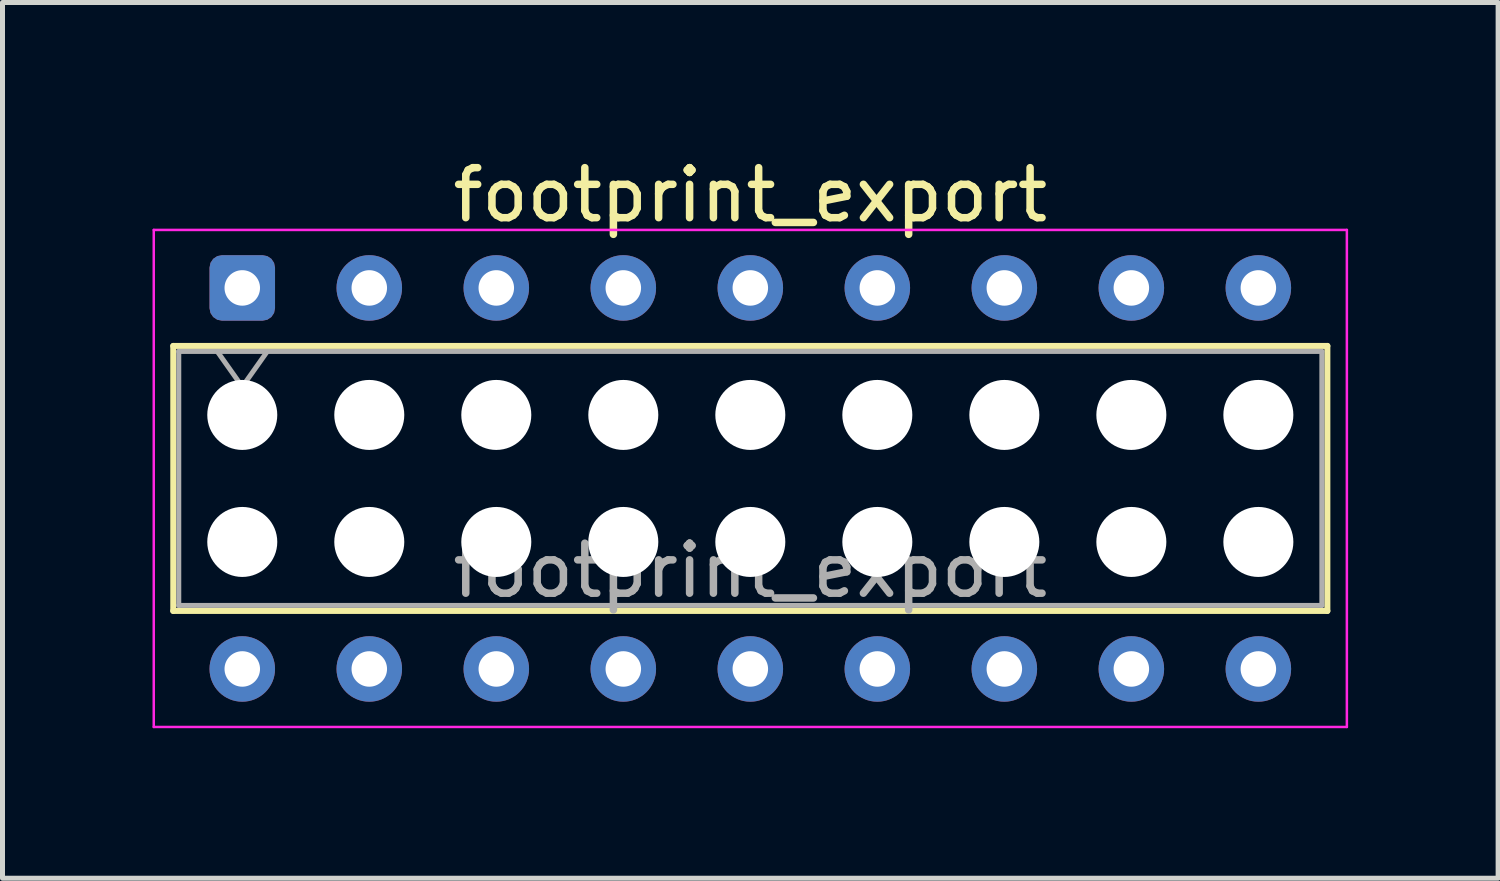
<source format=kicad_pcb>
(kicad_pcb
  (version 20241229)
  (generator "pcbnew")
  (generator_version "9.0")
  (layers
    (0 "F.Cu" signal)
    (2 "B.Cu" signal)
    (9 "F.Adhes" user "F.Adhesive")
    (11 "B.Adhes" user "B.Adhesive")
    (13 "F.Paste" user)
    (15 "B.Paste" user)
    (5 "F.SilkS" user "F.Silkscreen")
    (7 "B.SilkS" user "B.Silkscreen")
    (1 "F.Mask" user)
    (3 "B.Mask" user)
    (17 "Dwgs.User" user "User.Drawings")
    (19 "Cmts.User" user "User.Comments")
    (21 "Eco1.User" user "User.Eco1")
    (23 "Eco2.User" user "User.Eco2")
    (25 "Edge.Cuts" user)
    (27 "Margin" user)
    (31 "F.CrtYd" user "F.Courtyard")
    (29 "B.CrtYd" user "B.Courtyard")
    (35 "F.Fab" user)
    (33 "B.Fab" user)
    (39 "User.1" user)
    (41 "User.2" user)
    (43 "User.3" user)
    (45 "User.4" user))
  (footprint "footprint_export"
    (layer "F.Cu")
    (at 1.795 2.708)
    (property "Reference" "footprint_export" (at 10.16 -1.86 0) (layer "F.SilkS") (effects (font (size 1 1) (thickness 0.15))))
    (attr through_hole)
    (fp_line (start -1.38 1.16) (end 21.7 1.16) (stroke (width 0.12) (type solid)) (layer "F.SilkS"))
    (fp_line (start -1.38 6.46) (end -1.38 1.16) (stroke (width 0.12) (type solid)) (layer "F.SilkS"))
    (fp_line (start 21.7 1.16) (end 21.7 6.46) (stroke (width 0.12) (type solid)) (layer "F.SilkS"))
    (fp_line (start 21.7 6.46) (end -1.38 6.46) (stroke (width 0.12) (type solid)) (layer "F.SilkS"))
    (fp_line (start -1.77 -1.16) (end 22.09 -1.16) (stroke (width 0.05) (type solid)) (layer "F.CrtYd"))
    (fp_line (start -1.77 8.78) (end -1.77 -1.16) (stroke (width 0.05) (type solid)) (layer "F.CrtYd"))
    (fp_line (start 22.09 -1.16) (end 22.09 8.78) (stroke (width 0.05) (type solid)) (layer "F.CrtYd"))
    (fp_line (start 22.09 8.78) (end -1.77 8.78) (stroke (width 0.05) (type solid)) (layer "F.CrtYd"))
    (fp_line (start -1.27 1.27) (end 21.59 1.27) (stroke (width 0.1) (type solid)) (layer "F.Fab"))
    (fp_line (start -1.27 6.35) (end -1.27 1.27) (stroke (width 0.1) (type solid)) (layer "F.Fab"))
    (fp_line (start -0.5 1.27) (end 0 1.977) (stroke (width 0.1) (type solid)) (layer "F.Fab"))
    (fp_line (start 0 1.977) (end 0.5 1.27) (stroke (width 0.1) (type solid)) (layer "F.Fab"))
    (fp_line (start 21.59 1.27) (end 21.59 6.35) (stroke (width 0.1) (type solid)) (layer "F.Fab"))
    (fp_line (start 21.59 6.35) (end -1.27 6.35) (stroke (width 0.1) (type solid)) (layer "F.Fab"))
    (fp_text user "${REFERENCE}" (at 10.16 5.65 0) (layer "F.Fab") (effects (font (size 1 1) (thickness 0.15))))
    (pad "" np_thru_hole circle (at 0 2.54) (size 1.4 1.4) (drill 1.4) (layers "*.Cu" "*.Mask"))
    (pad "" np_thru_hole circle (at 0 5.08) (size 1.4 1.4) (drill 1.4) (layers "*.Cu" "*.Mask"))
    (pad "" np_thru_hole circle (at 2.54 2.54) (size 1.4 1.4) (drill 1.4) (layers "*.Cu" "*.Mask"))
    (pad "" np_thru_hole circle (at 2.54 5.08) (size 1.4 1.4) (drill 1.4) (layers "*.Cu" "*.Mask"))
    (pad "" np_thru_hole circle (at 5.08 2.54) (size 1.4 1.4) (drill 1.4) (layers "*.Cu" "*.Mask"))
    (pad "" np_thru_hole circle (at 5.08 5.08) (size 1.4 1.4) (drill 1.4) (layers "*.Cu" "*.Mask"))
    (pad "" np_thru_hole circle (at 7.62 2.54) (size 1.4 1.4) (drill 1.4) (layers "*.Cu" "*.Mask"))
    (pad "" np_thru_hole circle (at 7.62 5.08) (size 1.4 1.4) (drill 1.4) (layers "*.Cu" "*.Mask"))
    (pad "" np_thru_hole circle (at 10.16 2.54) (size 1.4 1.4) (drill 1.4) (layers "*.Cu" "*.Mask"))
    (pad "" np_thru_hole circle (at 10.16 5.08) (size 1.4 1.4) (drill 1.4) (layers "*.Cu" "*.Mask"))
    (pad "" np_thru_hole circle (at 12.7 2.54) (size 1.4 1.4) (drill 1.4) (layers "*.Cu" "*.Mask"))
    (pad "" np_thru_hole circle (at 12.7 5.08) (size 1.4 1.4) (drill 1.4) (layers "*.Cu" "*.Mask"))
    (pad "" np_thru_hole circle (at 15.24 2.54) (size 1.4 1.4) (drill 1.4) (layers "*.Cu" "*.Mask"))
    (pad "" np_thru_hole circle (at 15.24 5.08) (size 1.4 1.4) (drill 1.4) (layers "*.Cu" "*.Mask"))
    (pad "" np_thru_hole circle (at 17.78 2.54) (size 1.4 1.4) (drill 1.4) (layers "*.Cu" "*.Mask"))
    (pad "" np_thru_hole circle (at 17.78 5.08) (size 1.4 1.4) (drill 1.4) (layers "*.Cu" "*.Mask"))
    (pad "" np_thru_hole circle (at 20.32 2.54) (size 1.4 1.4) (drill 1.4) (layers "*.Cu" "*.Mask"))
    (pad "" np_thru_hole circle (at 20.32 5.08) (size 1.4 1.4) (drill 1.4) (layers "*.Cu" "*.Mask"))
    (pad "1" thru_hole roundrect (at 0 0) (size 1.31 1.31) (drill 0.71) (layers "*.Cu" "*.Mask") (roundrect_rratio 0.191))
    (pad "2" thru_hole circle (at 0 7.62) (size 1.31 1.31) (drill 0.71) (layers "*.Cu" "*.Mask"))
    (pad "3" thru_hole circle (at 2.54 0) (size 1.31 1.31) (drill 0.71) (layers "*.Cu" "*.Mask"))
    (pad "4" thru_hole circle (at 2.54 7.62) (size 1.31 1.31) (drill 0.71) (layers "*.Cu" "*.Mask"))
    (pad "5" thru_hole circle (at 5.08 0) (size 1.31 1.31) (drill 0.71) (layers "*.Cu" "*.Mask"))
    (pad "6" thru_hole circle (at 5.08 7.62) (size 1.31 1.31) (drill 0.71) (layers "*.Cu" "*.Mask"))
    (pad "7" thru_hole circle (at 7.62 0) (size 1.31 1.31) (drill 0.71) (layers "*.Cu" "*.Mask"))
    (pad "8" thru_hole circle (at 7.62 7.62) (size 1.31 1.31) (drill 0.71) (layers "*.Cu" "*.Mask"))
    (pad "9" thru_hole circle (at 10.16 0) (size 1.31 1.31) (drill 0.71) (layers "*.Cu" "*.Mask"))
    (pad "10" thru_hole circle (at 10.16 7.62) (size 1.31 1.31) (drill 0.71) (layers "*.Cu" "*.Mask"))
    (pad "11" thru_hole circle (at 12.7 0) (size 1.31 1.31) (drill 0.71) (layers "*.Cu" "*.Mask"))
    (pad "12" thru_hole circle (at 12.7 7.62) (size 1.31 1.31) (drill 0.71) (layers "*.Cu" "*.Mask"))
    (pad "13" thru_hole circle (at 15.24 0) (size 1.31 1.31) (drill 0.71) (layers "*.Cu" "*.Mask"))
    (pad "14" thru_hole circle (at 15.24 7.62) (size 1.31 1.31) (drill 0.71) (layers "*.Cu" "*.Mask"))
    (pad "15" thru_hole circle (at 17.78 0) (size 1.31 1.31) (drill 0.71) (layers "*.Cu" "*.Mask"))
    (pad "16" thru_hole circle (at 17.78 7.62) (size 1.31 1.31) (drill 0.71) (layers "*.Cu" "*.Mask"))
    (pad "17" thru_hole circle (at 20.32 0) (size 1.31 1.31) (drill 0.71) (layers "*.Cu" "*.Mask"))
    (pad "18" thru_hole circle (at 20.32 7.62) (size 1.31 1.31) (drill 0.71) (layers "*.Cu" "*.Mask")))
  (gr_rect
    (start -3 -3)
    (end 26.91 14.513)
    (stroke (width 0.1) (type default))
    (fill no)
    (layer "Edge.Cuts")))
</source>
